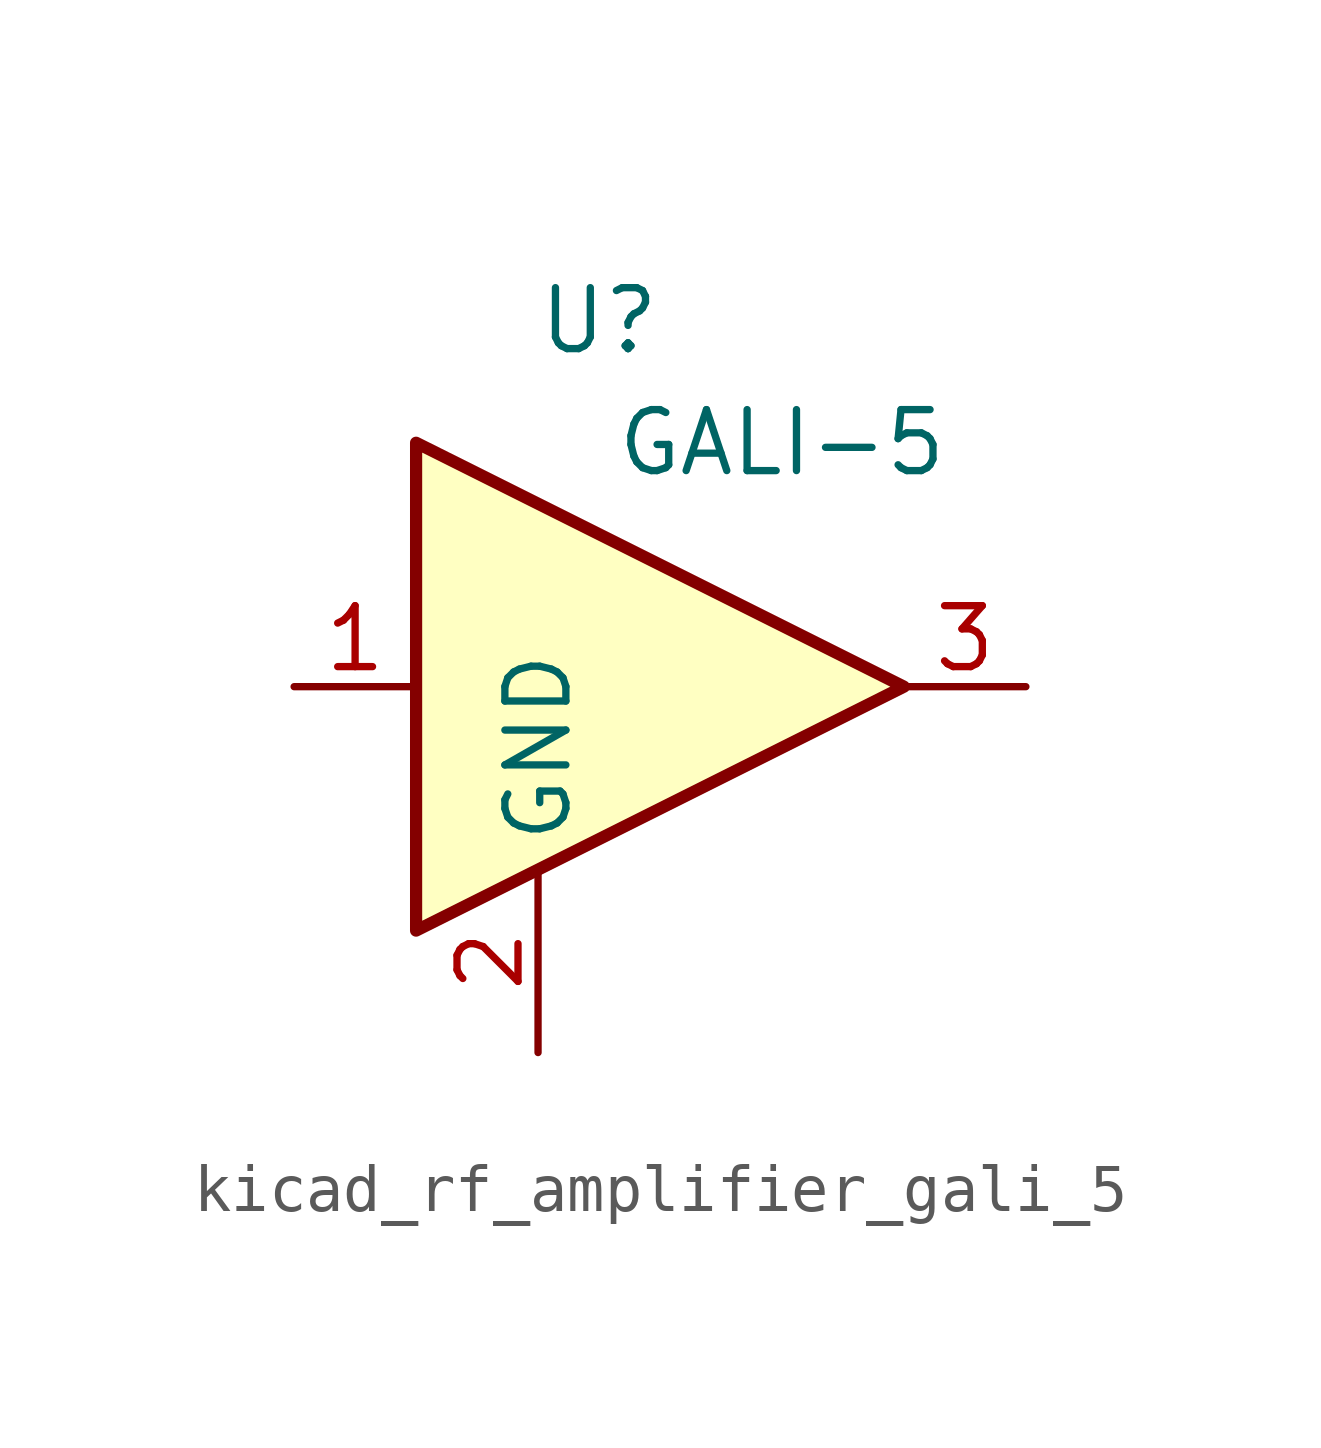
<source format=kicad_sym>
(kicad_symbol_lib
  (version 20220914)
  (generator kicad_symbol_editor)
  (symbol "kicad_rf_amplifier_gali_5"
    (property "Reference" "U"
      (at -1.27 7.62 0)
      (effects (font (size 1.27 1.27))))
    (property "Value" "GALI-5"
      (at 2.54 5.08 0)
      (effects (font (size 1.27 1.27))))
    (symbol "kicad_rf_amplifier_gali_5_0_1"
      (polyline (pts (xy 5.08 0) (xy -5.08 5.08) (xy -5.08 -5.08) (xy 5.08 0)) (stroke (width 0.254) (type default)) (fill (type background))))
    (symbol "kicad_rf_amplifier_gali_5_1_1"
      (pin input line (at -7.62 0 0) (length 2.54) (name "~" (effects (font (size 1.27 1.27)))) (number "1" (effects (font (size 1.27 1.27)))))
      (pin power_in line (at -2.54 -7.62 90) (length 3.81) (name "GND" (effects (font (size 1.27 1.27)))) (number "2" (effects (font (size 1.27 1.27)))))
      (pin output line (at 7.62 0 180) (length 2.54) (name "~" (effects (font (size 1.27 1.27)))) (number "3" (effects (font (size 1.27 1.27))))))))
</source>
